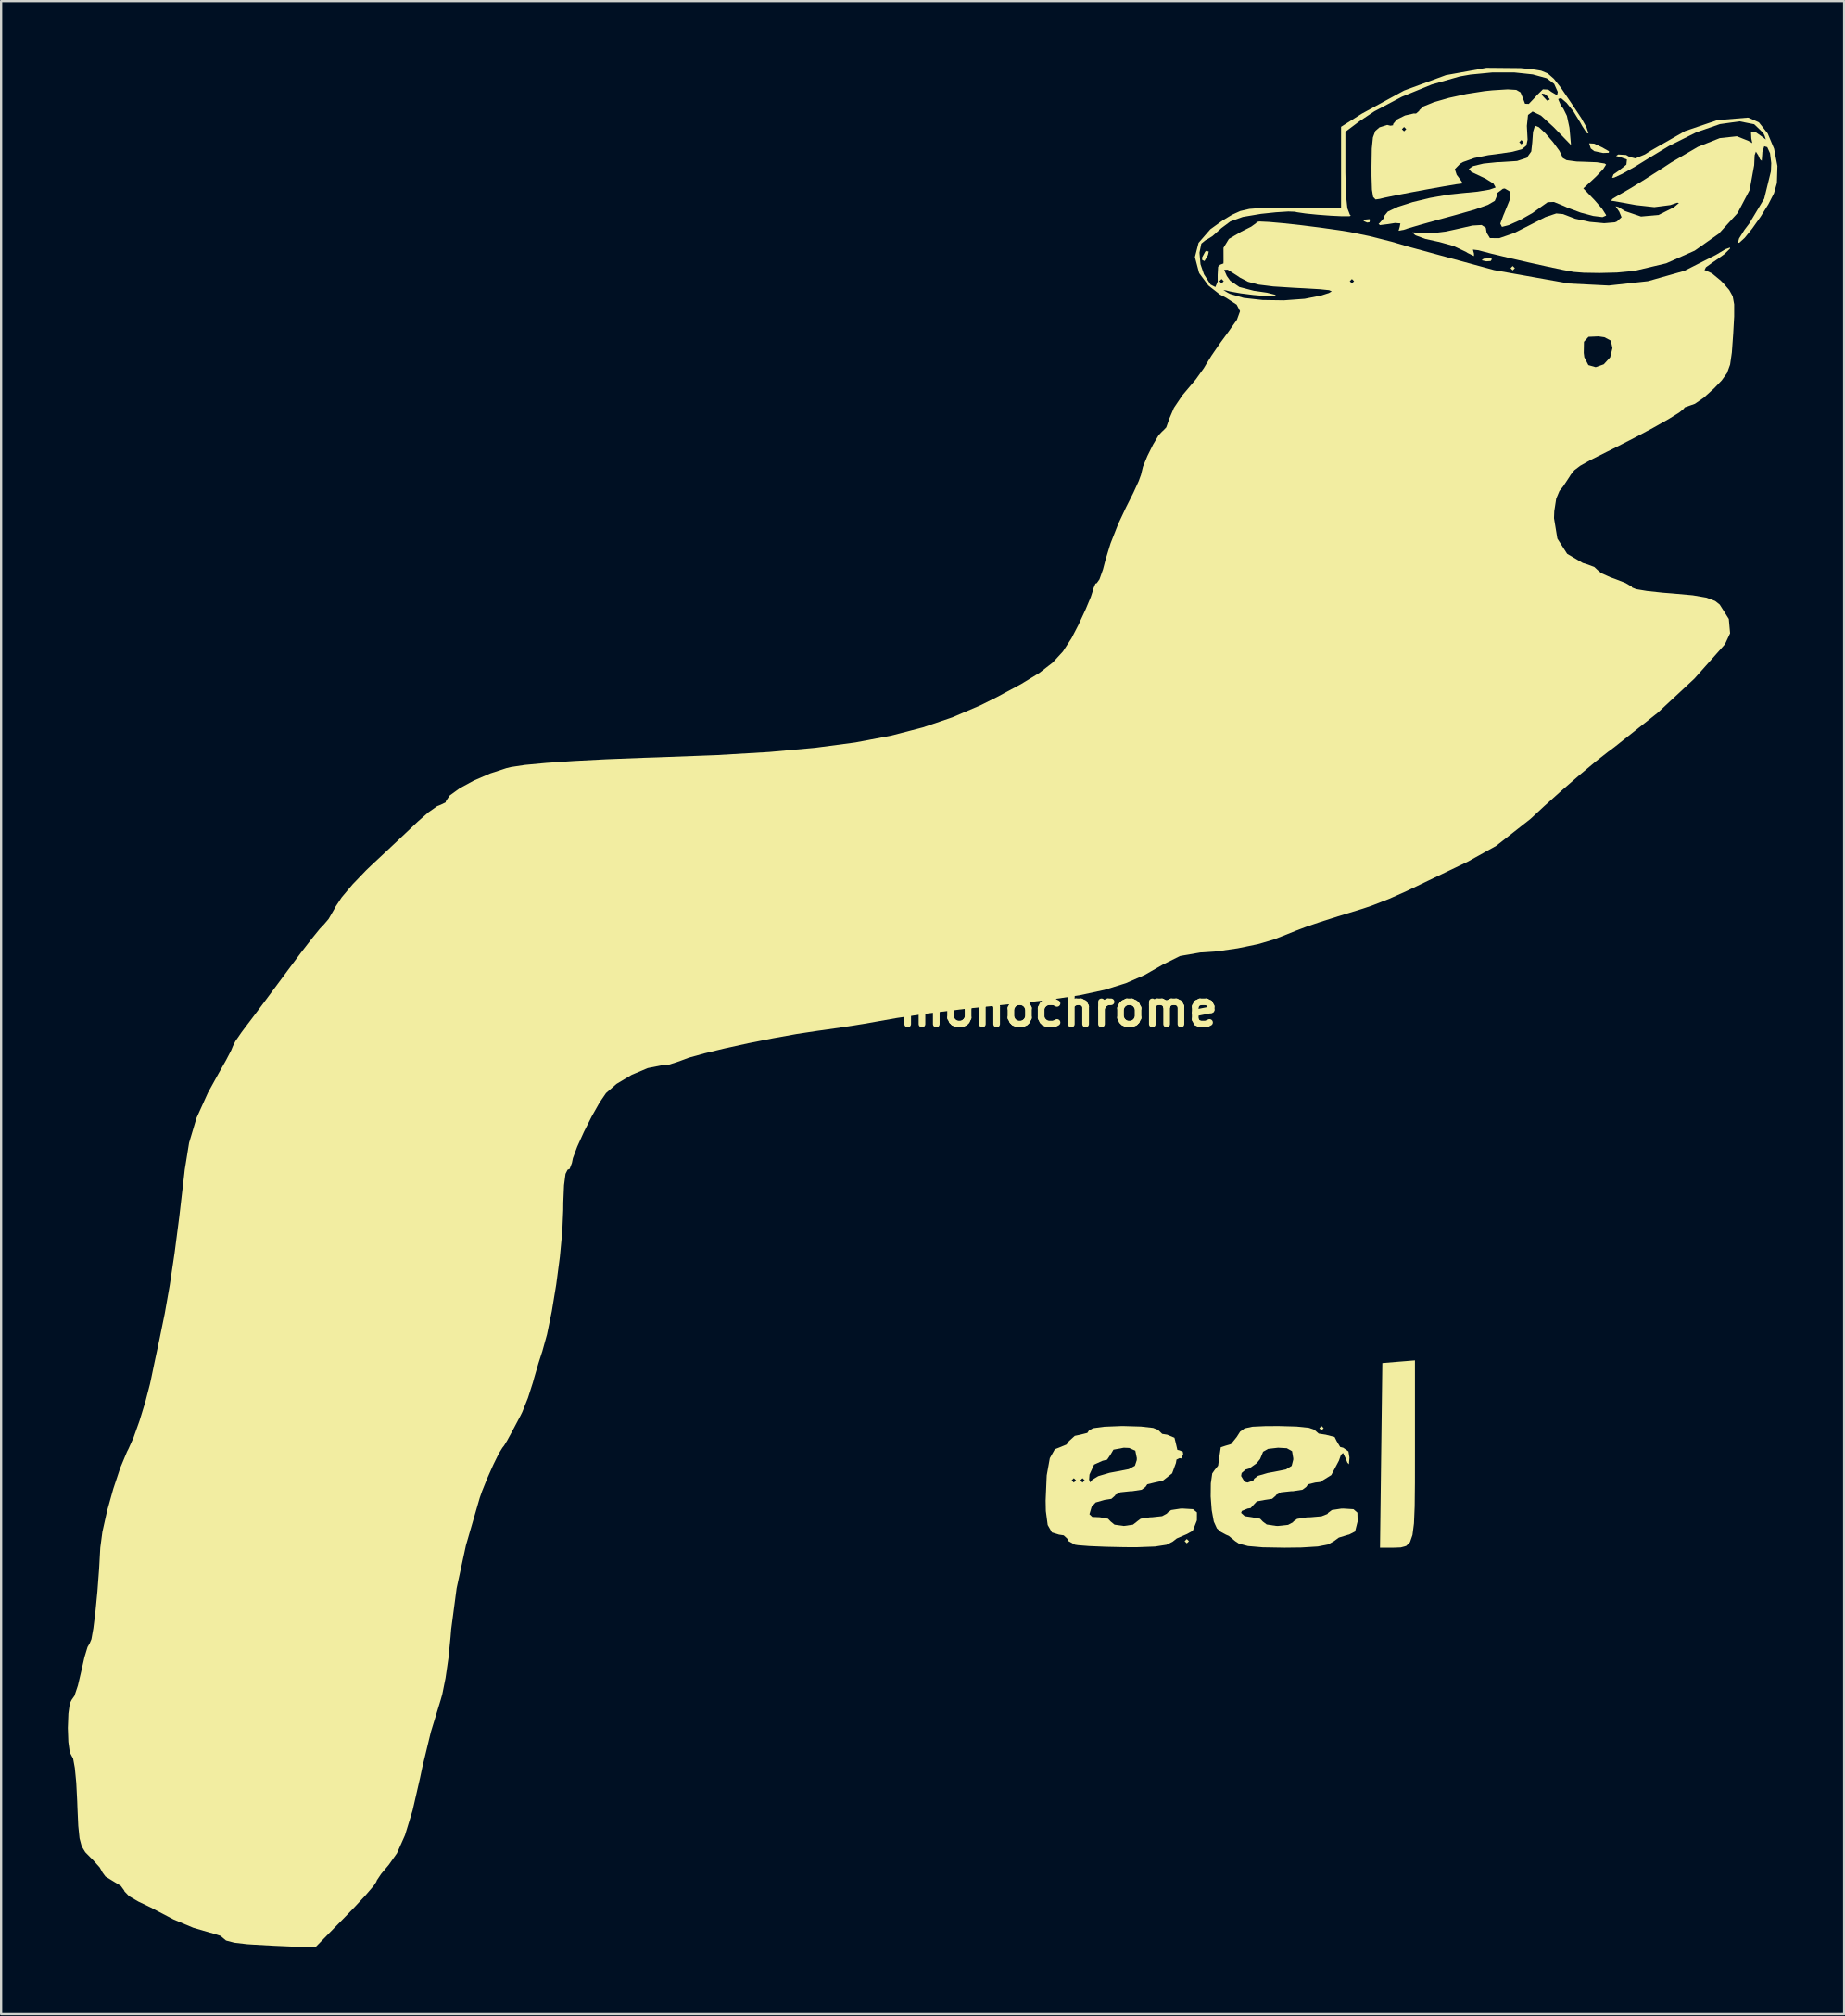
<source format=kicad_pcb>
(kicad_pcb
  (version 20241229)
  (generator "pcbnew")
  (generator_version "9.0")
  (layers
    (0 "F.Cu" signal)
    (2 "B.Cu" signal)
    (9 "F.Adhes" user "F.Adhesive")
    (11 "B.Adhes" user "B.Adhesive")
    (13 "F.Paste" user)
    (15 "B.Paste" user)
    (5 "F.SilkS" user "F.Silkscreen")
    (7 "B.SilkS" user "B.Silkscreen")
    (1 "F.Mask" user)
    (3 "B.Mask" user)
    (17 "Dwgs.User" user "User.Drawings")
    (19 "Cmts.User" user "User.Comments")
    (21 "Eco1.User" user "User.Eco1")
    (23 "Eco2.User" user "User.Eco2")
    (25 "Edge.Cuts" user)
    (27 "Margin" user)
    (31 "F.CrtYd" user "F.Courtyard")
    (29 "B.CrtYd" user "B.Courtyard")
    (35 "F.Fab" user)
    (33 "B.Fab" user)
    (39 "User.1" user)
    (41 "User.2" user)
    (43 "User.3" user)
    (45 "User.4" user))
  (footprint "monochrome"
    (layer "F.Cu")
    (at 44.548 42.325)
    (property "Reference" "monochrome" (at 0 0 0) (layer "F.SilkS") (effects (font (size 1.5 1.5) (thickness 0.3))))
    (attr board_only exclude_from_pos_files exclude_from_bom)
    (fp_poly (pts (xy 5.862 23.935) (xy 5.764 24.032) (xy 5.666 23.935) (xy 5.764 23.837)) (stroke (width 0) (type solid)) (fill yes) (layer "F.SilkS"))
    (fp_poly (pts (xy 11.918 18.855) (xy 11.821 18.952) (xy 11.723 18.855) (xy 11.821 18.757)) (stroke (width 0) (type solid)) (fill yes) (layer "F.SilkS"))
    (fp_poly (pts (xy 20.515 -33.313) (xy 20.418 -33.215) (xy 20.32 -33.313) (xy 20.418 -33.411)) (stroke (width 0) (type solid)) (fill yes) (layer "F.SilkS"))
    (fp_poly (pts (xy 14.003 -35.495) (xy 13.976 -35.379) (xy 13.872 -35.365) (xy 13.711 -35.436) (xy 13.742 -35.495) (xy 13.974 -35.518)) (stroke (width 0) (type solid)) (fill yes) (layer "F.SilkS"))
    (fp_poly (pts (xy 19.486 -33.724) (xy 19.427 -33.635) (xy 19.229 -33.622) (xy 19.021 -33.669) (xy 19.111 -33.74) (xy 19.416 -33.763)) (stroke (width 0) (type solid)) (fill yes) (layer "F.SilkS"))
    (fp_poly (pts (xy 6.752 -34.062) (xy 6.718 -33.909) (xy 6.56 -33.634) (xy 6.458 -33.68) (xy 6.448 -33.79) (xy 6.59 -34.055) (xy 6.641 -34.093)) (stroke (width 0) (type solid)) (fill yes) (layer "F.SilkS"))
    (fp_poly (pts (xy 24.076 -38.916) (xy 24.423 -38.754) (xy 24.747 -38.571) (xy 24.737 -38.504) (xy 24.483 -38.494) (xy 24.086 -38.577) (xy 23.927 -38.699) (xy 23.854 -38.929)) (stroke (width 0) (type solid)) (fill yes) (layer "F.SilkS"))
    (fp_poly (pts (xy 16.022 19.897) (xy 16.021 21.303) (xy 16.01 22.366) (xy 15.978 23.135) (xy 15.911 23.656) (xy 15.799 23.978) (xy 15.628 24.149) (xy 15.387 24.216) (xy 15.064 24.228) (xy 14.927 24.228) (xy 14.451 24.228) (xy 14.503 20.076) (xy 14.556 15.924) (xy 15.289 15.863) (xy 16.022 15.803)) (stroke (width 0) (type solid)) (fill yes) (layer "F.SilkS"))
    (fp_poly (pts (xy 21.593 -39.655) (xy 21.894 -39.373) (xy 22.233 -38.981) (xy 22.52 -38.587) (xy 22.661 -38.298) (xy 22.665 -38.269) (xy 22.84 -38.172) (xy 23.29 -38.111) (xy 23.642 -38.1) (xy 24.199 -38.078) (xy 24.553 -38.021) (xy 24.618 -37.976) (xy 24.489 -37.773) (xy 24.17 -37.438) (xy 24.106 -37.377) (xy 23.593 -36.902) (xy 24.106 -36.367) (xy 24.439 -35.983) (xy 24.612 -35.712) (xy 24.618 -35.68) (xy 24.456 -35.61) (xy 24.039 -35.662) (xy 23.477 -35.812) (xy 22.878 -36.036) (xy 22.719 -36.109) (xy 22.27 -36.293) (xy 21.989 -36.282) (xy 21.741 -36.106) (xy 21.309 -35.796) (xy 20.759 -35.484) (xy 20.243 -35.25) (xy 19.934 -35.169) (xy 19.859 -35.316) (xy 20.008 -35.719) (xy 20.022 -35.746) (xy 20.275 -36.368) (xy 20.288 -36.764) (xy 20.062 -36.897) (xy 19.978 -36.886) (xy 19.713 -36.687) (xy 19.686 -36.513) (xy 19.612 -36.342) (xy 19.299 -36.16) (xy 18.698 -35.947) (xy 17.804 -35.693) (xy 16.954 -35.461) (xy 16.218 -35.253) (xy 15.698 -35.099) (xy 15.524 -35.041) (xy 15.287 -34.997) (xy 15.336 -35.167) (xy 15.367 -35.327) (xy 15.126 -35.346) (xy 14.831 -35.298) (xy 14.448 -35.25) (xy 14.386 -35.308) (xy 14.426 -35.338) (xy 14.64 -35.579) (xy 14.654 -35.678) (xy 14.803 -35.86) (xy 15.252 -36.071) (xy 15.914 -36.285) (xy 16.704 -36.477) (xy 17.534 -36.623) (xy 18.126 -36.686) (xy 18.833 -36.755) (xy 19.373 -36.845) (xy 19.64 -36.938) (xy 19.649 -36.948) (xy 19.552 -37.117) (xy 19.191 -37.345) (xy 19.009 -37.43) (xy 18.565 -37.639) (xy 18.443 -37.771) (xy 18.601 -37.886) (xy 18.659 -37.911) (xy 19.105 -38.018) (xy 19.716 -38.081) (xy 19.864 -38.086) (xy 20.613 -38.134) (xy 21.051 -38.278) (xy 21.253 -38.564) (xy 21.297 -38.968) (xy 21.332 -39.441) (xy 21.417 -39.717) (xy 21.421 -39.722)) (stroke (width 0) (type solid)) (fill yes) (layer "F.SilkS"))
    (fp_poly (pts (xy 10.697 18.779) (xy 11.26 18.839) (xy 11.519 18.93) (xy 11.528 18.952) (xy 11.695 19.099) (xy 12.016 19.148) (xy 12.409 19.25) (xy 12.505 19.441) (xy 12.661 19.7) (xy 12.798 19.734) (xy 13.032 19.899) (xy 13.077 20.173) (xy 13.055 20.476) (xy 12.984 20.403) (xy 12.911 20.222) (xy 12.789 19.968) (xy 12.695 20.051) (xy 12.605 20.311) (xy 12.26 20.963) (xy 11.758 21.273) (xy 11.542 21.297) (xy 11.217 21.376) (xy 11.137 21.492) (xy 10.965 21.621) (xy 10.543 21.686) (xy 10.453 21.688) (xy 10.001 21.737) (xy 9.775 21.857) (xy 9.769 21.883) (xy 9.602 22.03) (xy 9.281 22.078) (xy 8.914 22.145) (xy 8.792 22.274) (xy 8.634 22.447) (xy 8.499 22.469) (xy 8.239 22.575) (xy 8.206 22.665) (xy 8.373 22.811) (xy 8.695 22.86) (xy 9.062 22.927) (xy 9.183 23.055) (xy 9.355 23.185) (xy 9.777 23.249) (xy 9.867 23.251) (xy 10.319 23.202) (xy 10.545 23.081) (xy 10.551 23.055) (xy 10.724 22.933) (xy 11.157 22.865) (xy 11.332 22.86) (xy 11.822 22.817) (xy 12.094 22.708) (xy 12.114 22.665) (xy 12.286 22.536) (xy 12.708 22.471) (xy 12.801 22.469) (xy 13.258 22.498) (xy 13.436 22.652) (xy 13.445 23.033) (xy 13.443 23.055) (xy 13.331 23.5) (xy 13.057 23.641) (xy 13.035 23.642) (xy 12.6 23.774) (xy 12.379 23.935) (xy 12.12 24.082) (xy 11.654 24.173) (xy 10.915 24.219) (xy 10.16 24.228) (xy 9.177 24.211) (xy 8.517 24.154) (xy 8.113 24.048) (xy 7.941 23.935) (xy 7.651 23.697) (xy 7.522 23.642) (xy 7.297 23.52) (xy 7.118 23.362) (xy 6.978 23.055) (xy 6.883 22.535) (xy 6.837 21.921) (xy 6.844 21.333) (xy 6.891 21.004) (xy 8.206 21.004) (xy 8.363 21.263) (xy 8.499 21.297) (xy 8.759 21.203) (xy 8.792 21.124) (xy 8.966 20.995) (xy 9.406 20.867) (xy 9.672 20.819) (xy 10.219 20.709) (xy 10.478 20.551) (xy 10.55 20.273) (xy 10.551 20.21) (xy 10.497 19.888) (xy 10.261 19.756) (xy 9.867 19.734) (xy 9.415 19.786) (xy 9.189 19.916) (xy 9.183 19.943) (xy 9.058 20.243) (xy 8.904 20.432) (xy 8.577 20.664) (xy 8.415 20.711) (xy 8.23 20.869) (xy 8.206 21.004) (xy 6.891 21.004) (xy 6.907 20.89) (xy 7.031 20.711) (xy 7.034 20.711) (xy 7.172 20.541) (xy 7.229 20.133) (xy 7.229 20.131) (xy 7.291 19.715) (xy 7.486 19.649) (xy 7.751 19.569) (xy 8.007 19.252) (xy 8.162 19.009) (xy 8.367 18.862) (xy 8.715 18.787) (xy 9.297 18.76) (xy 9.9 18.757)) (stroke (width 0) (type solid)) (fill yes) (layer "F.SilkS"))
    (fp_poly (pts (xy 3.705 18.78) (xy 4.249 18.842) (xy 4.489 18.935) (xy 4.494 18.952) (xy 4.657 19.111) (xy 4.885 19.148) (xy 5.209 19.284) (xy 5.275 19.55) (xy 5.339 19.829) (xy 5.438 19.852) (xy 5.582 19.91) (xy 5.601 20.027) (xy 5.514 20.217) (xy 5.438 20.202) (xy 5.3 20.268) (xy 5.275 20.42) (xy 5.104 20.885) (xy 4.684 21.215) (xy 4.312 21.297) (xy 3.987 21.376) (xy 3.908 21.492) (xy 3.736 21.621) (xy 3.314 21.686) (xy 3.224 21.688) (xy 2.772 21.737) (xy 2.546 21.857) (xy 2.54 21.883) (xy 2.373 22.032) (xy 2.072 22.078) (xy 1.665 22.194) (xy 1.486 22.388) (xy 1.386 22.725) (xy 1.515 22.845) (xy 1.856 22.86) (xy 2.223 22.927) (xy 2.345 23.055) (xy 2.514 23.193) (xy 2.923 23.251) (xy 2.931 23.251) (xy 3.342 23.194) (xy 3.517 23.058) (xy 3.517 23.055) (xy 3.689 22.926) (xy 4.111 22.862) (xy 4.201 22.86) (xy 4.653 22.811) (xy 4.879 22.69) (xy 4.885 22.665) (xy 5.057 22.536) (xy 5.48 22.471) (xy 5.581 22.469) (xy 6.042 22.497) (xy 6.219 22.641) (xy 6.218 22.99) (xy 6.216 23.005) (xy 6.033 23.469) (xy 5.778 23.612) (xy 5.312 23.812) (xy 5.129 23.956) (xy 4.855 24.095) (xy 4.335 24.176) (xy 3.513 24.207) (xy 2.966 24.205) (xy 2.111 24.186) (xy 1.378 24.155) (xy 0.873 24.115) (xy 0.733 24.093) (xy 0.443 23.932) (xy 0.391 23.823) (xy 0.228 23.673) (xy 0.021 23.642) (xy -0.3 23.543) (xy -0.491 23.208) (xy -0.575 22.577) (xy -0.584 22.111) (xy -0.545 21.199) (xy 0.586 21.199) (xy 0.684 21.297) (xy 0.782 21.199) (xy 0.977 21.199) (xy 1.075 21.297) (xy 1.172 21.199) (xy 1.139 21.166) (xy 1.371 21.166) (xy 1.419 21.291) (xy 1.517 21.17) (xy 1.782 21.01) (xy 2.292 20.86) (xy 2.589 20.805) (xy 3.155 20.695) (xy 3.431 20.545) (xy 3.514 20.291) (xy 3.517 20.2) (xy 3.449 19.866) (xy 3.168 19.744) (xy 2.931 19.734) (xy 2.465 19.821) (xy 2.345 20.027) (xy 2.183 20.269) (xy 1.975 20.32) (xy 1.594 20.492) (xy 1.388 20.939) (xy 1.371 21.166) (xy 1.139 21.166) (xy 1.075 21.102) (xy 0.977 21.199) (xy 0.782 21.199) (xy 0.684 21.102) (xy 0.586 21.199) (xy -0.545 21.199) (xy -0.535 20.976) (xy -0.395 20.202) (xy -0.166 19.797) (xy 0.005 19.734) (xy 0.357 19.588) (xy 0.461 19.441) (xy 0.726 19.199) (xy 0.971 19.148) (xy 1.292 19.067) (xy 1.368 18.952) (xy 1.55 18.856) (xy 2.05 18.788) (xy 2.791 18.758) (xy 2.931 18.757)) (stroke (width 0) (type solid)) (fill yes) (layer "F.SilkS"))
    (fp_poly (pts (xy 31.02 -40.083) (xy 31.487 -39.873) (xy 31.882 -39.374) (xy 32.171 -38.686) (xy 32.321 -37.909) (xy 32.298 -37.144) (xy 32.166 -36.683) (xy 31.913 -36.189) (xy 31.565 -35.63) (xy 31.189 -35.097) (xy 30.848 -34.677) (xy 30.607 -34.458) (xy 30.544 -34.454) (xy 30.595 -34.651) (xy 30.84 -35.039) (xy 31.05 -35.315) (xy 31.726 -36.442) (xy 32.027 -37.667) (xy 32.043 -38.038) (xy 31.988 -38.483) (xy 31.862 -38.757) (xy 31.727 -38.797) (xy 31.644 -38.54) (xy 31.639 -38.453) (xy 31.615 -38.144) (xy 31.54 -38.207) (xy 31.457 -38.393) (xy 31.352 -38.556) (xy 31.296 -38.394) (xy 31.275 -37.946) (xy 31.07 -36.826) (xy 30.525 -35.787) (xy 29.686 -34.867) (xy 28.601 -34.103) (xy 27.319 -33.532) (xy 25.886 -33.191) (xy 25.107 -33.118) (xy 24.319 -33.098) (xy 23.605 -33.11) (xy 23.153 -33.146) (xy 22.674 -33.236) (xy 21.946 -33.391) (xy 21.089 -33.582) (xy 20.225 -33.782) (xy 19.472 -33.963) (xy 18.954 -34.099) (xy 18.879 -34.121) (xy 18.628 -34.15) (xy 18.676 -33.969) (xy 18.676 -33.858) (xy 18.391 -33.998) (xy 18.317 -34.046) (xy 17.756 -34.312) (xy 17.101 -34.496) (xy 17.054 -34.504) (xy 16.489 -34.629) (xy 16.064 -34.785) (xy 16.022 -34.81) (xy 15.904 -34.925) (xy 16.132 -34.912) (xy 16.254 -34.888) (xy 16.732 -34.876) (xy 17.407 -34.961) (xy 17.9 -35.069) (xy 18.608 -35.231) (xy 19.02 -35.255) (xy 19.208 -35.13) (xy 19.245 -34.911) (xy 19.393 -34.667) (xy 19.815 -34.663) (xy 20.482 -34.894) (xy 21.157 -35.236) (xy 21.889 -35.612) (xy 22.376 -35.775) (xy 22.686 -35.746) (xy 22.707 -35.736) (xy 23.226 -35.536) (xy 23.886 -35.395) (xy 24.533 -35.335) (xy 25.011 -35.376) (xy 25.097 -35.41) (xy 25.312 -35.605) (xy 25.202 -35.868) (xy 25.167 -35.914) (xy 25.044 -36.098) (xy 25.165 -36.067) (xy 25.469 -35.881) (xy 26.188 -35.636) (xy 26.979 -35.708) (xy 27.662 -36.052) (xy 27.892 -36.244) (xy 27.818 -36.26) (xy 27.501 -36.152) (xy 26.784 -36.059) (xy 25.96 -36.151) (xy 25.37 -36.26) (xy 24.952 -36.333) (xy 24.836 -36.349) (xy 24.904 -36.433) (xy 25.226 -36.627) (xy 25.302 -36.669) (xy 25.719 -36.91) (xy 26.356 -37.304) (xy 27.11 -37.785) (xy 27.549 -38.072) (xy 28.743 -38.77) (xy 29.728 -39.163) (xy 30.496 -39.246) (xy 31.012 -39.041) (xy 31.191 -38.938) (xy 31.147 -39.147) (xy 31.133 -39.419) (xy 31.341 -39.432) (xy 31.637 -39.223) (xy 31.799 -39.099) (xy 31.749 -39.26) (xy 31.682 -39.395) (xy 31.276 -39.787) (xy 30.617 -39.918) (xy 29.737 -39.794) (xy 28.669 -39.423) (xy 27.443 -38.811) (xy 26.605 -38.304) (xy 25.911 -37.876) (xy 25.344 -37.556) (xy 24.979 -37.387) (xy 24.886 -37.376) (xy 24.95 -37.534) (xy 25.188 -37.7) (xy 25.529 -37.972) (xy 25.553 -38.203) (xy 25.253 -38.311) (xy 25.064 -38.359) (xy 25.162 -38.427) (xy 25.517 -38.405) (xy 25.663 -38.32) (xy 25.936 -38.252) (xy 26.364 -38.431) (xy 26.651 -38.613) (xy 28.166 -39.479) (xy 29.61 -39.971) (xy 30.974 -40.086)) (stroke (width 0) (type solid)) (fill yes) (layer "F.SilkS"))
    (fp_poly (pts (xy 20.781 -42.311) (xy 21.313 -42.257) (xy 21.695 -42.196) (xy 21.992 -42.073) (xy 22.266 -41.835) (xy 22.585 -41.43) (xy 23.011 -40.803) (xy 23.494 -40.076) (xy 23.732 -39.658) (xy 23.827 -39.37) (xy 23.827 -39.37) (xy 23.745 -39.397) (xy 23.547 -39.698) (xy 23.451 -39.872) (xy 23.15 -40.363) (xy 22.84 -40.751) (xy 22.591 -40.964) (xy 22.472 -40.931) (xy 22.469 -40.898) (xy 22.593 -40.614) (xy 22.69 -40.497) (xy 22.855 -40.164) (xy 22.967 -39.641) (xy 22.976 -39.563) (xy 23.039 -38.851) (xy 22.254 -39.66) (xy 21.689 -40.178) (xy 21.312 -40.361) (xy 21.106 -40.206) (xy 21.054 -39.712) (xy 21.065 -39.504) (xy 21.087 -39.095) (xy 21.031 -38.829) (xy 20.826 -38.662) (xy 20.401 -38.548) (xy 19.688 -38.443) (xy 19.321 -38.396) (xy 18.691 -38.269) (xy 18.181 -38.087) (xy 18.058 -38.015) (xy 17.816 -37.767) (xy 17.899 -37.512) (xy 17.958 -37.437) (xy 18.136 -37.187) (xy 18.146 -37.123) (xy 17.876 -37.088) (xy 17.334 -36.996) (xy 16.63 -36.87) (xy 15.875 -36.729) (xy 15.18 -36.594) (xy 14.656 -36.485) (xy 14.43 -36.43) (xy 14.25 -36.405) (xy 14.142 -36.519) (xy 14.088 -36.844) (xy 14.069 -37.452) (xy 14.068 -37.885) (xy 14.081 -38.691) (xy 14.11 -38.979) (xy 20.711 -38.979) (xy 20.808 -38.882) (xy 20.906 -38.979) (xy 20.808 -39.077) (xy 20.711 -38.979) (xy 14.11 -38.979) (xy 14.132 -39.195) (xy 14.24 -39.483) (xy 14.333 -39.565) (xy 15.435 -39.565) (xy 15.533 -39.468) (xy 15.631 -39.565) (xy 15.533 -39.663) (xy 15.435 -39.565) (xy 14.333 -39.565) (xy 14.422 -39.643) (xy 14.433 -39.649) (xy 14.777 -39.756) (xy 14.921 -39.721) (xy 15.037 -39.741) (xy 15.045 -39.803) (xy 15.207 -39.999) (xy 15.575 -40.183) (xy 15.969 -40.274) (xy 16.07 -40.27) (xy 16.215 -40.392) (xy 16.217 -40.418) (xy 16.395 -40.584) (xy 16.87 -40.779) (xy 17.549 -40.975) (xy 18.342 -41.15) (xy 19.157 -41.278) (xy 19.509 -41.314) (xy 20.19 -41.357) (xy 20.578 -41.333) (xy 20.769 -41.221) (xy 20.85 -41.027) (xy 20.972 -40.709) (xy 21.141 -40.703) (xy 21.44 -41.015) (xy 21.487 -41.073) (xy 21.585 -41.17) (xy 21.719 -41.17) (xy 21.767 -41.061) (xy 21.963 -40.851) (xy 22.077 -40.894) (xy 22.078 -40.922) (xy 21.94 -41.087) (xy 21.853 -41.147) (xy 21.719 -41.17) (xy 21.585 -41.17) (xy 21.775 -41.359) (xy 22.013 -41.347) (xy 22.154 -41.245) (xy 22.414 -41.091) (xy 22.443 -41.242) (xy 22.281 -41.604) (xy 21.949 -41.855) (xy 21.32 -42.028) (xy 20.479 -42.118) (xy 19.514 -42.118) (xy 18.51 -42.02) (xy 18.031 -41.935) (xy 16.77 -41.573) (xy 15.433 -41.025) (xy 14.197 -40.37) (xy 13.53 -39.925) (xy 12.895 -39.448) (xy 12.895 -37.618) (xy 12.917 -36.635) (xy 12.984 -36.009) (xy 13.1 -35.71) (xy 13.14 -35.682) (xy 13.082 -35.649) (xy 12.742 -35.649) (xy 12.228 -35.674) (xy 11.647 -35.718) (xy 11.106 -35.773) (xy 10.711 -35.832) (xy 10.625 -35.853) (xy 10.33 -35.864) (xy 9.771 -35.828) (xy 9.102 -35.757) (xy 8.281 -35.618) (xy 7.725 -35.417) (xy 7.309 -35.107) (xy 7.291 -35.089) (xy 6.917 -34.756) (xy 6.648 -34.588) (xy 6.62 -34.583) (xy 6.417 -34.418) (xy 6.334 -34.011) (xy 6.379 -33.493) (xy 6.535 -33.041) (xy 6.834 -32.575) (xy 7.048 -32.464) (xy 7.152 -32.711) (xy 7.152 -32.727) (xy 7.229 -32.727) (xy 7.327 -32.629) (xy 7.425 -32.727) (xy 7.327 -32.825) (xy 7.229 -32.727) (xy 7.152 -32.727) (xy 7.151 -33.008) (xy 7.171 -33.377) (xy 7.275 -33.48) (xy 7.281 -33.477) (xy 7.412 -33.526) (xy 7.415 -33.635) (xy 7.413 -34.229) (xy 7.657 -34.63) (xy 8.205 -34.952) (xy 8.657 -35.179) (xy 8.891 -35.348) (xy 8.899 -35.388) (xy 9.027 -35.414) (xy 9.461 -35.393) (xy 10.118 -35.334) (xy 10.919 -35.245) (xy 11.78 -35.136) (xy 12.623 -35.016) (xy 13.091 -34.94) (xy 13.975 -34.757) (xy 14.981 -34.502) (xy 15.728 -34.281) (xy 19.579 -33.228) (xy 22.943 -32.624) (xy 24.739 -32.533) (xy 26.501 -32.729) (xy 28.138 -33.195) (xy 29.556 -33.913) (xy 29.574 -33.924) (xy 29.983 -34.169) (xy 30.19 -34.242) (xy 30.188 -34.194) (xy 29.935 -33.945) (xy 29.501 -33.634) (xy 29.433 -33.591) (xy 29.105 -33.355) (xy 29.041 -33.225) (xy 29.083 -33.216) (xy 29.374 -33.083) (xy 29.775 -32.751) (xy 29.892 -32.632) (xy 30.153 -32.332) (xy 30.308 -32.053) (xy 30.375 -31.691) (xy 30.375 -31.142) (xy 30.331 -30.355) (xy 30.272 -29.529) (xy 30.193 -28.981) (xy 30.055 -28.599) (xy 29.817 -28.269) (xy 29.474 -27.911) (xy 29.005 -27.489) (xy 28.609 -27.216) (xy 28.445 -27.158) (xy 28.153 -27.056) (xy 28.103 -26.987) (xy 27.906 -26.824) (xy 27.423 -26.525) (xy 26.719 -26.128) (xy 25.858 -25.669) (xy 24.906 -25.183) (xy 24.64 -25.051) (xy 23.914 -24.687) (xy 23.458 -24.431) (xy 23.19 -24.229) (xy 23.025 -24.024) (xy 22.977 -23.943) (xy 22.687 -23.503) (xy 22.518 -23.294) (xy 22.373 -22.95) (xy 22.286 -22.382) (xy 22.274 -22.075) (xy 22.426 -21.154) (xy 22.865 -20.47) (xy 23.568 -20.057) (xy 23.7 -20.019) (xy 24.084 -19.878) (xy 24.228 -19.744) (xy 24.395 -19.601) (xy 24.814 -19.412) (xy 25.009 -19.343) (xy 25.491 -19.155) (xy 25.766 -18.992) (xy 25.791 -18.95) (xy 25.972 -18.879) (xy 26.456 -18.798) (xy 27.159 -18.722) (xy 27.584 -18.688) (xy 28.511 -18.604) (xy 29.129 -18.498) (xy 29.52 -18.349) (xy 29.725 -18.187) (xy 30.134 -17.54) (xy 30.192 -16.894) (xy 29.959 -16.398) (xy 28.582 -14.851) (xy 26.942 -13.325) (xy 24.983 -11.77) (xy 24.716 -11.573) (xy 24.164 -11.14) (xy 23.428 -10.526) (xy 22.609 -9.816) (xy 21.809 -9.098) (xy 21.209 -8.539) (xy 19.674 -7.336) (xy 18.383 -6.617) (xy 17.491 -6.189) (xy 16.58 -5.751) (xy 15.813 -5.382) (xy 15.647 -5.302) (xy 14.88 -4.96) (xy 14.09 -4.65) (xy 13.677 -4.51) (xy 12.564 -4.167) (xy 11.747 -3.906) (xy 11.144 -3.7) (xy 10.675 -3.522) (xy 10.648 -3.511) (xy 10.101 -3.291) (xy 9.672 -3.123) (xy 8.965 -2.915) (xy 8.053 -2.726) (xy 7.121 -2.59) (xy 6.373 -2.54) (xy 5.46 -2.381) (xy 4.679 -1.992) (xy 3.871 -1.53) (xy 3.023 -1.159) (xy 2.066 -0.859) (xy 0.932 -0.614) (xy -0.448 -0.407) (xy -2.143 -0.218) (xy -2.345 -0.199) (xy -4.19 -0.006) (xy -5.858 0.199) (xy -7.271 0.406) (xy -8.108 0.555) (xy -8.767 0.672) (xy -9.65 0.812) (xy -10.594 0.949) (xy -10.844 0.983) (xy -11.784 1.127) (xy -12.845 1.319) (xy -13.943 1.539) (xy -14.996 1.771) (xy -15.918 1.995) (xy -16.626 2.192) (xy -17.035 2.345) (xy -17.045 2.35) (xy -17.507 2.5) (xy -17.883 2.54) (xy -18.476 2.659) (xy -19.195 2.963) (xy -19.877 3.37) (xy -20.35 3.783) (xy -20.639 4.206) (xy -20.988 4.823) (xy -21.341 5.522) (xy -21.643 6.188) (xy -21.839 6.709) (xy -21.883 6.924) (xy -21.985 7.192) (xy -22.078 7.229) (xy -22.171 7.414) (xy -22.238 7.927) (xy -22.271 8.706) (xy -22.274 9.037) (xy -22.315 9.996) (xy -22.425 11.151) (xy -22.588 12.387) (xy -22.786 13.587) (xy -23.002 14.633) (xy -23.218 15.411) (xy -23.227 15.435) (xy -23.387 15.931) (xy -23.578 16.582) (xy -23.639 16.803) (xy -23.859 17.49) (xy -24.114 18.125) (xy -24.184 18.268) (xy -24.557 18.974) (xy -24.793 19.407) (xy -24.934 19.639) (xy -25.009 19.734) (xy -25.171 19.996) (xy -25.416 20.494) (xy -25.686 21.1) (xy -25.923 21.686) (xy -26.026 21.981) (xy -26.647 24.118) (xy -27.067 26.052) (xy -27.312 27.898) (xy -27.339 28.233) (xy -27.434 29.184) (xy -27.566 30.092) (xy -27.712 30.82) (xy -27.782 31.066) (xy -28.224 32.511) (xy -28.606 34.086) (xy -28.711 34.583) (xy -29.047 36.043) (xy -29.388 37.157) (xy -29.75 37.97) (xy -30.116 38.488) (xy -30.462 38.9) (xy -30.659 39.196) (xy -30.675 39.25) (xy -30.804 39.444) (xy -31.151 39.848) (xy -31.657 40.394) (xy -32.05 40.801) (xy -33.424 42.203) (xy -34.443 42.167) (xy -35.297 42.129) (xy -36.212 42.077) (xy -36.488 42.059) (xy -37.061 41.991) (xy -37.434 41.894) (xy -37.514 41.827) (xy -37.684 41.685) (xy -38.097 41.553) (xy -38.149 41.543) (xy -38.906 41.321) (xy -39.79 40.95) (xy -40.445 40.607) (xy -40.82 40.41) (xy -41.334 40.163) (xy -41.373 40.145) (xy -41.793 39.902) (xy -42.003 39.684) (xy -42.008 39.656) (xy -42.166 39.439) (xy -42.496 39.237) (xy -42.855 39.017) (xy -42.985 38.841) (xy -43.116 38.606) (xy -43.439 38.248) (xy -43.522 38.17) (xy -43.764 37.923) (xy -43.924 37.661) (xy -44.022 37.296) (xy -44.079 36.74) (xy -44.117 35.903) (xy -44.126 35.639) (xy -44.169 34.801) (xy -44.234 34.131) (xy -44.311 33.71) (xy -44.37 33.606) (xy -44.461 33.428) (xy -44.525 32.962) (xy -44.548 32.336) (xy -44.523 31.689) (xy -44.459 31.232) (xy -44.374 31.066) (xy -44.25 30.89) (xy -44.096 30.429) (xy -43.947 29.796) (xy -43.801 29.154) (xy -43.662 28.697) (xy -43.563 28.526) (xy -43.487 28.343) (xy -43.399 27.844) (xy -43.307 27.103) (xy -43.218 26.193) (xy -43.142 25.188) (xy -43.089 24.228) (xy -42.994 23.515) (xy -42.786 22.586) (xy -42.505 21.581) (xy -42.192 20.641) (xy -41.887 19.911) (xy -41.82 19.782) (xy -41.592 19.27) (xy -41.324 18.518) (xy -41.063 17.67) (xy -40.854 16.866) (xy -40.809 16.657) (xy -40.656 15.92) (xy -40.482 15.107) (xy -40.437 14.898) (xy -40.19 13.694) (xy -39.965 12.418) (xy -39.751 10.992) (xy -39.536 9.339) (xy -39.308 7.379) (xy -39.292 7.229) (xy -39.095 6.014) (xy -38.764 4.907) (xy -38.246 3.761) (xy -37.769 2.898) (xy -37.439 2.314) (xy -37.206 1.868) (xy -37.123 1.665) (xy -37.014 1.449) (xy -36.736 1.045) (xy -36.567 0.819) (xy -36.225 0.368) (xy -35.724 -0.301) (xy -35.135 -1.094) (xy -34.619 -1.792) (xy -34.061 -2.538) (xy -33.575 -3.166) (xy -33.214 -3.611) (xy -33.031 -3.803) (xy -32.823 -4.048) (xy -32.566 -4.494) (xy -32.523 -4.582) (xy -32.237 -5.016) (xy -31.745 -5.602) (xy -31.136 -6.236) (xy -30.906 -6.457) (xy -30.203 -7.113) (xy -29.501 -7.774) (xy -28.924 -8.319) (xy -28.809 -8.428) (xy -28.333 -8.845) (xy -27.945 -9.119) (xy -27.783 -9.183) (xy -27.563 -9.289) (xy -27.549 -9.344) (xy -27.378 -9.601) (xy -26.928 -9.927) (xy -26.29 -10.273) (xy -25.559 -10.59) (xy -24.827 -10.83) (xy -24.618 -10.88) (xy -23.999 -10.974) (xy -23.04 -11.065) (xy -21.79 -11.151) (xy -20.302 -11.229) (xy -18.624 -11.295) (xy -18.073 -11.313) (xy -15.37 -11.416) (xy -13.011 -11.557) (xy -10.949 -11.745) (xy -9.14 -11.986) (xy -7.538 -12.29) (xy -6.096 -12.665) (xy -4.77 -13.118) (xy -3.512 -13.657) (xy -2.792 -14.016) (xy -1.686 -14.611) (xy -0.867 -15.111) (xy -0.264 -15.579) (xy 0.194 -16.077) (xy 0.578 -16.668) (xy 0.892 -17.275) (xy 1.211 -17.961) (xy 1.447 -18.527) (xy 1.559 -18.869) (xy 1.563 -18.903) (xy 1.659 -19.131) (xy 1.714 -19.148) (xy 1.837 -19.321) (xy 1.996 -19.769) (xy 2.111 -20.207) (xy 2.336 -20.941) (xy 2.68 -21.813) (xy 3.035 -22.566) (xy 3.363 -23.218) (xy 3.603 -23.743) (xy 3.71 -24.04) (xy 3.712 -24.057) (xy 3.793 -24.386) (xy 3.992 -24.869) (xy 4.247 -25.382) (xy 4.494 -25.796) (xy 4.668 -25.985) (xy 4.679 -25.986) (xy 4.84 -26.154) (xy 4.976 -26.544) (xy 5.184 -27.032) (xy 5.562 -27.594) (xy 5.725 -27.787) (xy 6.169 -28.314) (xy 6.53 -28.818) (xy 6.614 -28.959) (xy 6.875 -29.382) (xy 6.959 -29.505) (xy 23.612 -29.505) (xy 23.638 -29.308) (xy 23.82 -28.955) (xy 24.148 -28.861) (xy 24.511 -28.99) (xy 24.799 -29.305) (xy 24.902 -29.719) (xy 24.83 -30.056) (xy 24.539 -30.21) (xy 24.272 -30.248) (xy 23.825 -30.228) (xy 23.621 -30.004) (xy 23.612 -29.505) (xy 6.959 -29.505) (xy 7.276 -29.965) (xy 7.605 -30.413) (xy 8.018 -30.995) (xy 8.158 -31.381) (xy 8.006 -31.674) (xy 7.539 -31.978) (xy 7.252 -32.129) (xy 6.998 -32.328) (xy 7.409 -32.328) (xy 7.614 -32.205) (xy 7.718 -32.153) (xy 8.322 -31.978) (xy 9.172 -31.882) (xy 10.132 -31.868) (xy 11.063 -31.937) (xy 11.821 -32.089) (xy 12.154 -32.197) (xy 12.281 -32.272) (xy 12.16 -32.324) (xy 11.749 -32.366) (xy 11.007 -32.41) (xy 10.616 -32.43) (xy 9.653 -32.492) (xy 8.985 -32.576) (xy 8.517 -32.701) (xy 8.468 -32.727) (xy 13.091 -32.727) (xy 13.188 -32.629) (xy 13.286 -32.727) (xy 13.188 -32.825) (xy 13.091 -32.727) (xy 8.468 -32.727) (xy 8.154 -32.889) (xy 8.027 -32.977) (xy 7.602 -33.246) (xy 7.443 -33.239) (xy 7.563 -32.964) (xy 7.715 -32.751) (xy 8.127 -32.467) (xy 8.782 -32.296) (xy 8.832 -32.29) (xy 9.368 -32.211) (xy 9.716 -32.123) (xy 9.769 -32.094) (xy 9.662 -32.054) (xy 9.286 -32.062) (xy 8.757 -32.108) (xy 8.192 -32.18) (xy 7.707 -32.267) (xy 7.522 -32.315) (xy 7.409 -32.328) (xy 6.998 -32.328) (xy 6.734 -32.535) (xy 6.329 -33.08) (xy 6.313 -33.113) (xy 6.128 -33.814) (xy 6.292 -34.452) (xy 6.82 -35.06) (xy 7.38 -35.464) (xy 7.801 -35.718) (xy 8.169 -35.885) (xy 8.579 -35.981) (xy 9.131 -36.024) (xy 9.921 -36.033) (xy 10.502 -36.028) (xy 12.7 -36.008) (xy 12.7 -37.84) (xy 12.7 -39.672) (xy 13.628 -40.261) (xy 15.536 -41.304) (xy 17.414 -41.995) (xy 19.235 -42.325)) (stroke (width 0) (type solid)) (fill yes) (layer "F.SilkS")))
  (gr_rect
    (start -3 -3)
    (end 79.869 87.528)
    (stroke (width 0.1) (type default))
    (fill no)
    (layer "Edge.Cuts")))
</source>
